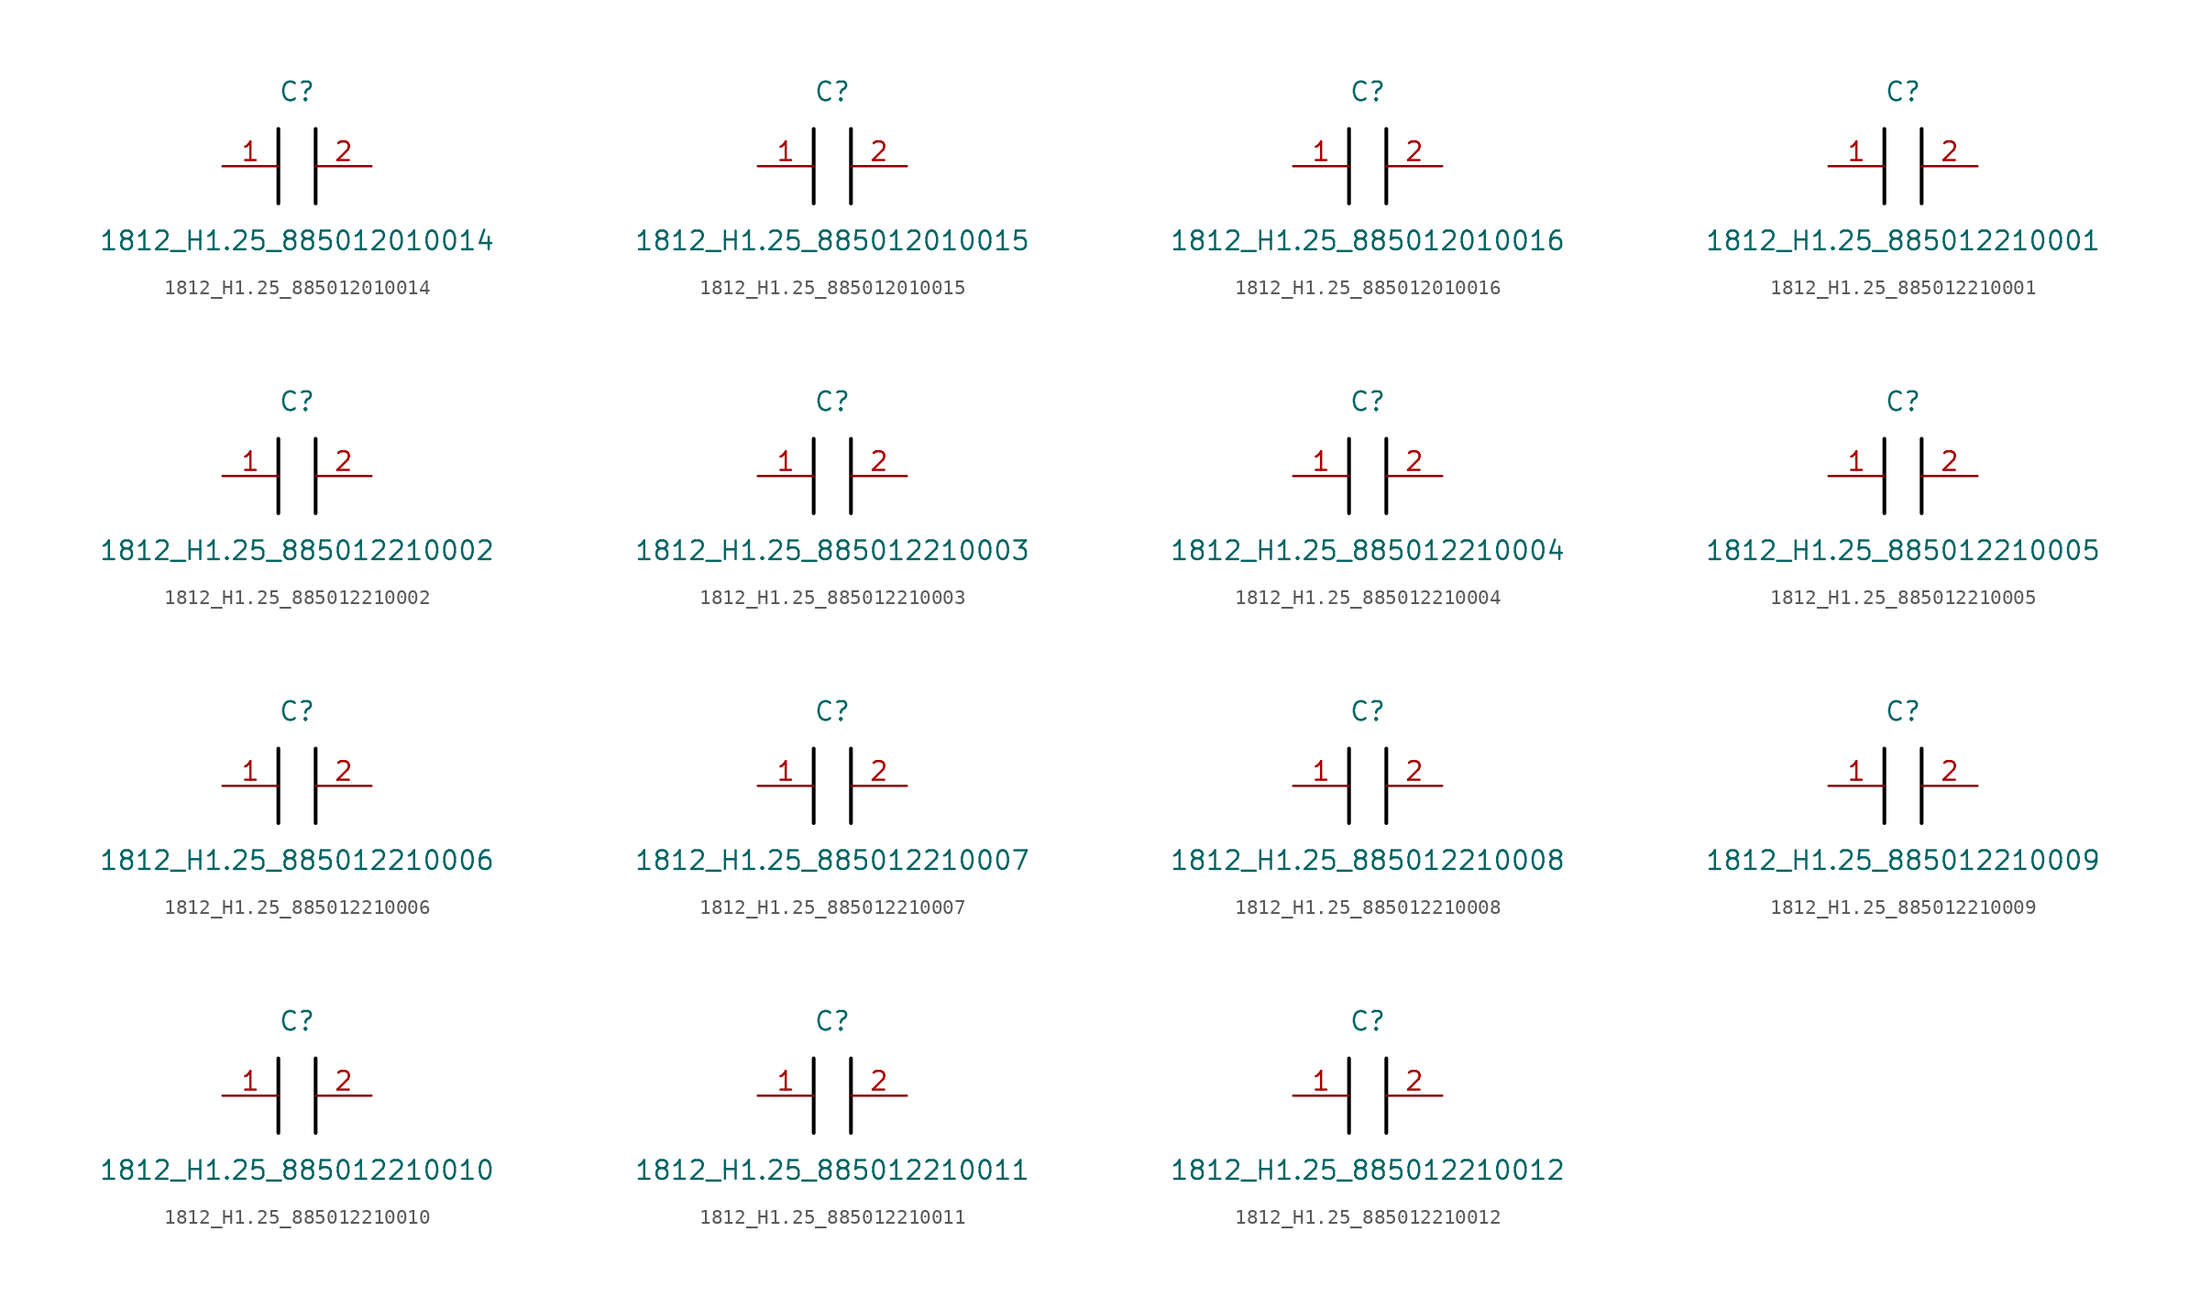
<source format=kicad_sym>
(kicad_symbol_lib
  (version 20220914)
  (generator kicad_symbol_editor)
  (symbol "1812_H1.25_885012010014"
    (pin_names hide)
    (property "Reference" "C"
      (at 0 5.08 0)
      (effects (font (size 1.27 1.27))))
    (property "Value" "1812_H1.25_885012010014"
      (at 0 -5.08 0)
      (effects (font (size 1.27 1.27))))
    (symbol "1812_H1.25_885012010014_1_1"
      (polyline (pts (xy -1.27 2.54) (xy -1.27 -2.54)) (stroke (width 0.254) (type default) (color 0 0 0 1)) (fill (type none)))
      (polyline (pts (xy 1.27 2.54) (xy 1.27 -2.54)) (stroke (width 0.254) (type default) (color 0 0 0 1)) (fill (type none)))
      (pin passive line (at -5.08 0 0) (length 3.81) (name "1" (effects (font (size 1.27 1.27)))) (number "1" (effects (font (size 1.27 1.27)))))
      (pin passive line (at 5.08 0 180) (length 3.81) (name "2" (effects (font (size 1.27 1.27)))) (number "2" (effects (font (size 1.27 1.27)))))))
  (symbol "1812_H1.25_885012010015"
    (pin_names hide)
    (property "Reference" "C"
      (at 0 5.08 0)
      (effects (font (size 1.27 1.27))))
    (property "Value" "1812_H1.25_885012010015"
      (at 0 -5.08 0)
      (effects (font (size 1.27 1.27))))
    (symbol "1812_H1.25_885012010015_1_1"
      (polyline (pts (xy -1.27 2.54) (xy -1.27 -2.54)) (stroke (width 0.254) (type default) (color 0 0 0 1)) (fill (type none)))
      (polyline (pts (xy 1.27 2.54) (xy 1.27 -2.54)) (stroke (width 0.254) (type default) (color 0 0 0 1)) (fill (type none)))
      (pin passive line (at -5.08 0 0) (length 3.81) (name "1" (effects (font (size 1.27 1.27)))) (number "1" (effects (font (size 1.27 1.27)))))
      (pin passive line (at 5.08 0 180) (length 3.81) (name "2" (effects (font (size 1.27 1.27)))) (number "2" (effects (font (size 1.27 1.27)))))))
  (symbol "1812_H1.25_885012010016"
    (pin_names hide)
    (property "Reference" "C"
      (at 0 5.08 0)
      (effects (font (size 1.27 1.27))))
    (property "Value" "1812_H1.25_885012010016"
      (at 0 -5.08 0)
      (effects (font (size 1.27 1.27))))
    (symbol "1812_H1.25_885012010016_1_1"
      (polyline (pts (xy -1.27 2.54) (xy -1.27 -2.54)) (stroke (width 0.254) (type default) (color 0 0 0 1)) (fill (type none)))
      (polyline (pts (xy 1.27 2.54) (xy 1.27 -2.54)) (stroke (width 0.254) (type default) (color 0 0 0 1)) (fill (type none)))
      (pin passive line (at -5.08 0 0) (length 3.81) (name "1" (effects (font (size 1.27 1.27)))) (number "1" (effects (font (size 1.27 1.27)))))
      (pin passive line (at 5.08 0 180) (length 3.81) (name "2" (effects (font (size 1.27 1.27)))) (number "2" (effects (font (size 1.27 1.27)))))))
  (symbol "1812_H1.25_885012210001"
    (pin_names hide)
    (property "Reference" "C"
      (at 0 5.08 0)
      (effects (font (size 1.27 1.27))))
    (property "Value" "1812_H1.25_885012210001"
      (at 0 -5.08 0)
      (effects (font (size 1.27 1.27))))
    (symbol "1812_H1.25_885012210001_1_1"
      (polyline (pts (xy -1.27 2.54) (xy -1.27 -2.54)) (stroke (width 0.254) (type default) (color 0 0 0 1)) (fill (type none)))
      (polyline (pts (xy 1.27 2.54) (xy 1.27 -2.54)) (stroke (width 0.254) (type default) (color 0 0 0 1)) (fill (type none)))
      (pin passive line (at -5.08 0 0) (length 3.81) (name "1" (effects (font (size 1.27 1.27)))) (number "1" (effects (font (size 1.27 1.27)))))
      (pin passive line (at 5.08 0 180) (length 3.81) (name "2" (effects (font (size 1.27 1.27)))) (number "2" (effects (font (size 1.27 1.27)))))))
  (symbol "1812_H1.25_885012210002"
    (pin_names hide)
    (property "Reference" "C"
      (at 0 5.08 0)
      (effects (font (size 1.27 1.27))))
    (property "Value" "1812_H1.25_885012210002"
      (at 0 -5.08 0)
      (effects (font (size 1.27 1.27))))
    (symbol "1812_H1.25_885012210002_1_1"
      (polyline (pts (xy -1.27 2.54) (xy -1.27 -2.54)) (stroke (width 0.254) (type default) (color 0 0 0 1)) (fill (type none)))
      (polyline (pts (xy 1.27 2.54) (xy 1.27 -2.54)) (stroke (width 0.254) (type default) (color 0 0 0 1)) (fill (type none)))
      (pin passive line (at -5.08 0 0) (length 3.81) (name "1" (effects (font (size 1.27 1.27)))) (number "1" (effects (font (size 1.27 1.27)))))
      (pin passive line (at 5.08 0 180) (length 3.81) (name "2" (effects (font (size 1.27 1.27)))) (number "2" (effects (font (size 1.27 1.27)))))))
  (symbol "1812_H1.25_885012210003"
    (pin_names hide)
    (property "Reference" "C"
      (at 0 5.08 0)
      (effects (font (size 1.27 1.27))))
    (property "Value" "1812_H1.25_885012210003"
      (at 0 -5.08 0)
      (effects (font (size 1.27 1.27))))
    (symbol "1812_H1.25_885012210003_1_1"
      (polyline (pts (xy -1.27 2.54) (xy -1.27 -2.54)) (stroke (width 0.254) (type default) (color 0 0 0 1)) (fill (type none)))
      (polyline (pts (xy 1.27 2.54) (xy 1.27 -2.54)) (stroke (width 0.254) (type default) (color 0 0 0 1)) (fill (type none)))
      (pin passive line (at -5.08 0 0) (length 3.81) (name "1" (effects (font (size 1.27 1.27)))) (number "1" (effects (font (size 1.27 1.27)))))
      (pin passive line (at 5.08 0 180) (length 3.81) (name "2" (effects (font (size 1.27 1.27)))) (number "2" (effects (font (size 1.27 1.27)))))))
  (symbol "1812_H1.25_885012210004"
    (pin_names hide)
    (property "Reference" "C"
      (at 0 5.08 0)
      (effects (font (size 1.27 1.27))))
    (property "Value" "1812_H1.25_885012210004"
      (at 0 -5.08 0)
      (effects (font (size 1.27 1.27))))
    (symbol "1812_H1.25_885012210004_1_1"
      (polyline (pts (xy -1.27 2.54) (xy -1.27 -2.54)) (stroke (width 0.254) (type default) (color 0 0 0 1)) (fill (type none)))
      (polyline (pts (xy 1.27 2.54) (xy 1.27 -2.54)) (stroke (width 0.254) (type default) (color 0 0 0 1)) (fill (type none)))
      (pin passive line (at -5.08 0 0) (length 3.81) (name "1" (effects (font (size 1.27 1.27)))) (number "1" (effects (font (size 1.27 1.27)))))
      (pin passive line (at 5.08 0 180) (length 3.81) (name "2" (effects (font (size 1.27 1.27)))) (number "2" (effects (font (size 1.27 1.27)))))))
  (symbol "1812_H1.25_885012210005"
    (pin_names hide)
    (property "Reference" "C"
      (at 0 5.08 0)
      (effects (font (size 1.27 1.27))))
    (property "Value" "1812_H1.25_885012210005"
      (at 0 -5.08 0)
      (effects (font (size 1.27 1.27))))
    (symbol "1812_H1.25_885012210005_1_1"
      (polyline (pts (xy -1.27 2.54) (xy -1.27 -2.54)) (stroke (width 0.254) (type default) (color 0 0 0 1)) (fill (type none)))
      (polyline (pts (xy 1.27 2.54) (xy 1.27 -2.54)) (stroke (width 0.254) (type default) (color 0 0 0 1)) (fill (type none)))
      (pin passive line (at -5.08 0 0) (length 3.81) (name "1" (effects (font (size 1.27 1.27)))) (number "1" (effects (font (size 1.27 1.27)))))
      (pin passive line (at 5.08 0 180) (length 3.81) (name "2" (effects (font (size 1.27 1.27)))) (number "2" (effects (font (size 1.27 1.27)))))))
  (symbol "1812_H1.25_885012210006"
    (pin_names hide)
    (property "Reference" "C"
      (at 0 5.08 0)
      (effects (font (size 1.27 1.27))))
    (property "Value" "1812_H1.25_885012210006"
      (at 0 -5.08 0)
      (effects (font (size 1.27 1.27))))
    (symbol "1812_H1.25_885012210006_1_1"
      (polyline (pts (xy -1.27 2.54) (xy -1.27 -2.54)) (stroke (width 0.254) (type default) (color 0 0 0 1)) (fill (type none)))
      (polyline (pts (xy 1.27 2.54) (xy 1.27 -2.54)) (stroke (width 0.254) (type default) (color 0 0 0 1)) (fill (type none)))
      (pin passive line (at -5.08 0 0) (length 3.81) (name "1" (effects (font (size 1.27 1.27)))) (number "1" (effects (font (size 1.27 1.27)))))
      (pin passive line (at 5.08 0 180) (length 3.81) (name "2" (effects (font (size 1.27 1.27)))) (number "2" (effects (font (size 1.27 1.27)))))))
  (symbol "1812_H1.25_885012210007"
    (pin_names hide)
    (property "Reference" "C"
      (at 0 5.08 0)
      (effects (font (size 1.27 1.27))))
    (property "Value" "1812_H1.25_885012210007"
      (at 0 -5.08 0)
      (effects (font (size 1.27 1.27))))
    (symbol "1812_H1.25_885012210007_1_1"
      (polyline (pts (xy -1.27 2.54) (xy -1.27 -2.54)) (stroke (width 0.254) (type default) (color 0 0 0 1)) (fill (type none)))
      (polyline (pts (xy 1.27 2.54) (xy 1.27 -2.54)) (stroke (width 0.254) (type default) (color 0 0 0 1)) (fill (type none)))
      (pin passive line (at -5.08 0 0) (length 3.81) (name "1" (effects (font (size 1.27 1.27)))) (number "1" (effects (font (size 1.27 1.27)))))
      (pin passive line (at 5.08 0 180) (length 3.81) (name "2" (effects (font (size 1.27 1.27)))) (number "2" (effects (font (size 1.27 1.27)))))))
  (symbol "1812_H1.25_885012210008"
    (pin_names hide)
    (property "Reference" "C"
      (at 0 5.08 0)
      (effects (font (size 1.27 1.27))))
    (property "Value" "1812_H1.25_885012210008"
      (at 0 -5.08 0)
      (effects (font (size 1.27 1.27))))
    (symbol "1812_H1.25_885012210008_1_1"
      (polyline (pts (xy -1.27 2.54) (xy -1.27 -2.54)) (stroke (width 0.254) (type default) (color 0 0 0 1)) (fill (type none)))
      (polyline (pts (xy 1.27 2.54) (xy 1.27 -2.54)) (stroke (width 0.254) (type default) (color 0 0 0 1)) (fill (type none)))
      (pin passive line (at -5.08 0 0) (length 3.81) (name "1" (effects (font (size 1.27 1.27)))) (number "1" (effects (font (size 1.27 1.27)))))
      (pin passive line (at 5.08 0 180) (length 3.81) (name "2" (effects (font (size 1.27 1.27)))) (number "2" (effects (font (size 1.27 1.27)))))))
  (symbol "1812_H1.25_885012210009"
    (pin_names hide)
    (property "Reference" "C"
      (at 0 5.08 0)
      (effects (font (size 1.27 1.27))))
    (property "Value" "1812_H1.25_885012210009"
      (at 0 -5.08 0)
      (effects (font (size 1.27 1.27))))
    (symbol "1812_H1.25_885012210009_1_1"
      (polyline (pts (xy -1.27 2.54) (xy -1.27 -2.54)) (stroke (width 0.254) (type default) (color 0 0 0 1)) (fill (type none)))
      (polyline (pts (xy 1.27 2.54) (xy 1.27 -2.54)) (stroke (width 0.254) (type default) (color 0 0 0 1)) (fill (type none)))
      (pin passive line (at -5.08 0 0) (length 3.81) (name "1" (effects (font (size 1.27 1.27)))) (number "1" (effects (font (size 1.27 1.27)))))
      (pin passive line (at 5.08 0 180) (length 3.81) (name "2" (effects (font (size 1.27 1.27)))) (number "2" (effects (font (size 1.27 1.27)))))))
  (symbol "1812_H1.25_885012210010"
    (pin_names hide)
    (property "Reference" "C"
      (at 0 5.08 0)
      (effects (font (size 1.27 1.27))))
    (property "Value" "1812_H1.25_885012210010"
      (at 0 -5.08 0)
      (effects (font (size 1.27 1.27))))
    (symbol "1812_H1.25_885012210010_1_1"
      (polyline (pts (xy -1.27 2.54) (xy -1.27 -2.54)) (stroke (width 0.254) (type default) (color 0 0 0 1)) (fill (type none)))
      (polyline (pts (xy 1.27 2.54) (xy 1.27 -2.54)) (stroke (width 0.254) (type default) (color 0 0 0 1)) (fill (type none)))
      (pin passive line (at -5.08 0 0) (length 3.81) (name "1" (effects (font (size 1.27 1.27)))) (number "1" (effects (font (size 1.27 1.27)))))
      (pin passive line (at 5.08 0 180) (length 3.81) (name "2" (effects (font (size 1.27 1.27)))) (number "2" (effects (font (size 1.27 1.27)))))))
  (symbol "1812_H1.25_885012210011"
    (pin_names hide)
    (property "Reference" "C"
      (at 0 5.08 0)
      (effects (font (size 1.27 1.27))))
    (property "Value" "1812_H1.25_885012210011"
      (at 0 -5.08 0)
      (effects (font (size 1.27 1.27))))
    (symbol "1812_H1.25_885012210011_1_1"
      (polyline (pts (xy -1.27 2.54) (xy -1.27 -2.54)) (stroke (width 0.254) (type default) (color 0 0 0 1)) (fill (type none)))
      (polyline (pts (xy 1.27 2.54) (xy 1.27 -2.54)) (stroke (width 0.254) (type default) (color 0 0 0 1)) (fill (type none)))
      (pin passive line (at -5.08 0 0) (length 3.81) (name "1" (effects (font (size 1.27 1.27)))) (number "1" (effects (font (size 1.27 1.27)))))
      (pin passive line (at 5.08 0 180) (length 3.81) (name "2" (effects (font (size 1.27 1.27)))) (number "2" (effects (font (size 1.27 1.27)))))))
  (symbol "1812_H1.25_885012210012"
    (pin_names hide)
    (property "Reference" "C"
      (at 0 5.08 0)
      (effects (font (size 1.27 1.27))))
    (property "Value" "1812_H1.25_885012210012"
      (at 0 -5.08 0)
      (effects (font (size 1.27 1.27))))
    (symbol "1812_H1.25_885012210012_1_1"
      (polyline (pts (xy -1.27 2.54) (xy -1.27 -2.54)) (stroke (width 0.254) (type default) (color 0 0 0 1)) (fill (type none)))
      (polyline (pts (xy 1.27 2.54) (xy 1.27 -2.54)) (stroke (width 0.254) (type default) (color 0 0 0 1)) (fill (type none)))
      (pin passive line (at -5.08 0 0) (length 3.81) (name "1" (effects (font (size 1.27 1.27)))) (number "1" (effects (font (size 1.27 1.27)))))
      (pin passive line (at 5.08 0 180) (length 3.81) (name "2" (effects (font (size 1.27 1.27)))) (number "2" (effects (font (size 1.27 1.27))))))))
</source>
